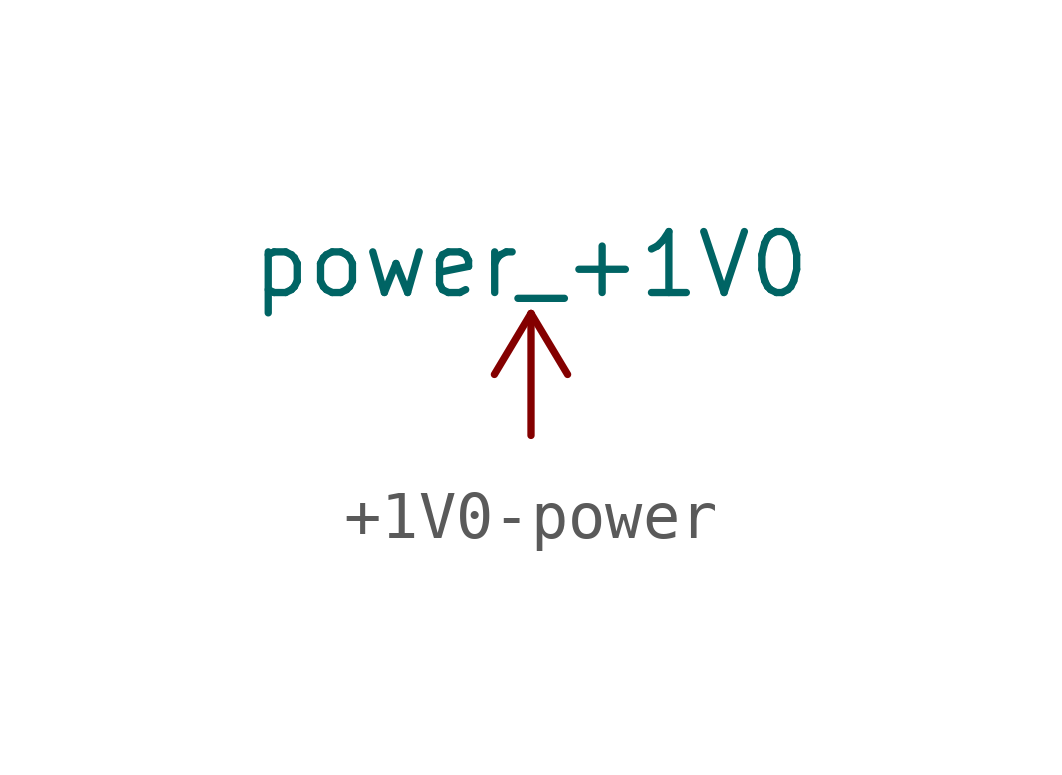
<source format=kicad_sym>
(kicad_symbol_lib
  (version 20231120)
  (generator "kicad_symbol_editor")
  (generator_version "8.0")
  (symbol "+1V0-power"
    (power)
    (pin_names
      (offset 0))
    (property "Reference" "#PWR"
      (at 0 -3.81 0)
      (effects (font (size 1.27 1.27)) (hide yes)))
    (property "Value" "power_+1V0"
      (at 0 3.556 0)
      (effects (font (size 1.27 1.27))))
    (symbol "+1V0-power_0_1"
      (polyline (pts (xy -0.762 1.27) (xy 0 2.54)) (stroke (width 0) (type solid)) (fill (type none)))
      (polyline (pts (xy 0 0) (xy 0 2.54)) (stroke (width 0) (type solid)) (fill (type none)))
      (polyline (pts (xy 0 2.54) (xy 0.762 1.27)) (stroke (width 0) (type solid)) (fill (type none))))
    (symbol "+1V0-power_1_1"
      (pin power_in line (at 0 0 90) (length 0) hide (name "+1V0" (effects (font (size 1.27 1.27)))) (number "1" (effects (font (size 1.27 1.27))))))))
</source>
